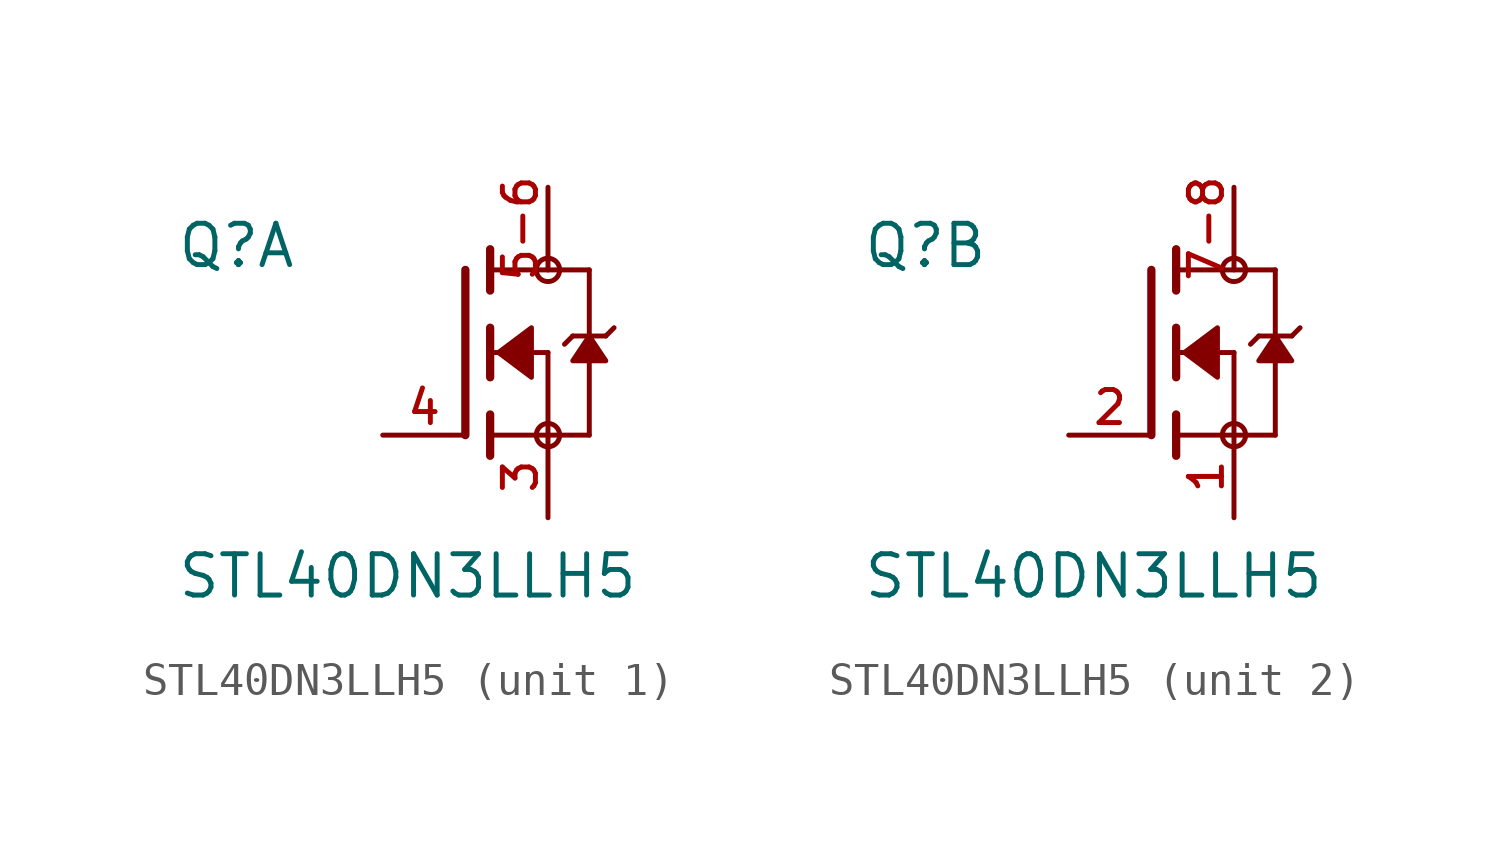
<source format=kicad_sym>
(kicad_symbol_lib
  (version 20211014)
  (generator kicad_symbol_editor)
  (symbol "STL40DN3LLH5"
    (pin_names
      (offset 1.016))
    (property "Reference" "Q"
      (at -8.89 2.54 0)
      (effects (font (size 1.27 1.27)) (justify bottom left)))
    (property "Value" "STL40DN3LLH5"
      (at -8.89 -7.62 0)
      (effects (font (size 1.27 1.27)) (justify bottom left)))
    (symbol "STL40DN3LLH5_1_0"
      (polyline (pts (xy 0.762 0.762) (xy 0.762 0.0)) (stroke (width 0.254)))
      (polyline (pts (xy 0.762 0.0) (xy 0.762 -0.762)) (stroke (width 0.254)))
      (polyline (pts (xy 0.762 3.175) (xy 0.762 2.54)) (stroke (width 0.254)))
      (polyline (pts (xy 0.762 2.54) (xy 0.762 1.905)) (stroke (width 0.254)))
      (polyline (pts (xy 0.762 0.0) (xy 2.54 0.0)) (stroke (width 0.152)))
      (polyline (pts (xy 2.54 0.0) (xy 2.54 -2.54)) (stroke (width 0.152)))
      (polyline (pts (xy 0.762 -1.905) (xy 0.762 -2.54)) (stroke (width 0.254)))
      (polyline (pts (xy 0.762 -2.54) (xy 0.762 -3.175)) (stroke (width 0.254)))
      (polyline (pts (xy 0.0 2.54) (xy 0.0 -2.54)) (stroke (width 0.254)))
      (polyline (pts (xy 2.54 -2.54) (xy 0.762 -2.54)) (stroke (width 0.152)))
      (polyline (pts (xy 3.81 2.54) (xy 3.81 0.508)) (stroke (width 0.152)))
      (polyline (pts (xy 3.81 0.508) (xy 3.81 -2.54)) (stroke (width 0.152)))
      (polyline (pts (xy 2.54 -2.54) (xy 3.81 -2.54)) (stroke (width 0.152)))
      (polyline (pts (xy 0.762 2.54) (xy 3.81 2.54)) (stroke (width 0.152)))
      (polyline (pts (xy 4.572 0.762) (xy 4.318 0.508)) (stroke (width 0.152)))
      (polyline (pts (xy 4.318 0.508) (xy 3.81 0.508)) (stroke (width 0.152)))
      (polyline (pts (xy 3.81 0.508) (xy 3.302 0.508)) (stroke (width 0.152)))
      (polyline (pts (xy 3.302 0.508) (xy 3.048 0.254)) (stroke (width 0.152)))
      (circle (center 2.54 -2.54) (radius 0.359) (stroke (width 0.0)) (fill (type none)))
      (circle (center 2.54 2.54) (radius 0.359) (stroke (width 0.0)) (fill (type none)))
      (polyline (pts (xy 3.81 0.508) (xy 3.302 -0.254) (xy 4.318 -0.254) (xy 3.81 0.508)) (stroke (width 0.152)) (fill (type outline)))
      (polyline (pts (xy 1.016 0.0) (xy 2.032 0.762) (xy 2.032 -0.762) (xy 1.016 0.0)) (stroke (width 0.152)) (fill (type outline)))
      (pin passive line (at 2.54 -5.08 90.0) (length 2.54) (name "~" (effects (font (size 1.016 1.016)))) (number "3" (effects (font (size 1.016 1.016)))))
      (pin passive line (at -2.54 -2.54 0) (length 2.54) (name "~" (effects (font (size 1.016 1.016)))) (number "4" (effects (font (size 1.016 1.016)))))
      (pin passive line (at 2.54 5.08 270.0) (length 2.54) (name "~" (effects (font (size 1.016 1.016)))) (number "5-6" (effects (font (size 1.016 1.016))))))
    (symbol "STL40DN3LLH5_2_0"
      (polyline (pts (xy 0.762 0.762) (xy 0.762 0.0)) (stroke (width 0.254)))
      (polyline (pts (xy 0.762 0.0) (xy 0.762 -0.762)) (stroke (width 0.254)))
      (polyline (pts (xy 0.762 3.175) (xy 0.762 2.54)) (stroke (width 0.254)))
      (polyline (pts (xy 0.762 2.54) (xy 0.762 1.905)) (stroke (width 0.254)))
      (polyline (pts (xy 0.762 0.0) (xy 2.54 0.0)) (stroke (width 0.152)))
      (polyline (pts (xy 2.54 0.0) (xy 2.54 -2.54)) (stroke (width 0.152)))
      (polyline (pts (xy 0.762 -1.905) (xy 0.762 -2.54)) (stroke (width 0.254)))
      (polyline (pts (xy 0.762 -2.54) (xy 0.762 -3.175)) (stroke (width 0.254)))
      (polyline (pts (xy 0.0 2.54) (xy 0.0 -2.54)) (stroke (width 0.254)))
      (polyline (pts (xy 2.54 -2.54) (xy 0.762 -2.54)) (stroke (width 0.152)))
      (polyline (pts (xy 3.81 2.54) (xy 3.81 0.508)) (stroke (width 0.152)))
      (polyline (pts (xy 3.81 0.508) (xy 3.81 -2.54)) (stroke (width 0.152)))
      (polyline (pts (xy 2.54 -2.54) (xy 3.81 -2.54)) (stroke (width 0.152)))
      (polyline (pts (xy 0.762 2.54) (xy 3.81 2.54)) (stroke (width 0.152)))
      (polyline (pts (xy 4.572 0.762) (xy 4.318 0.508)) (stroke (width 0.152)))
      (polyline (pts (xy 4.318 0.508) (xy 3.81 0.508)) (stroke (width 0.152)))
      (polyline (pts (xy 3.81 0.508) (xy 3.302 0.508)) (stroke (width 0.152)))
      (polyline (pts (xy 3.302 0.508) (xy 3.048 0.254)) (stroke (width 0.152)))
      (circle (center 2.54 -2.54) (radius 0.359) (stroke (width 0.0)) (fill (type none)))
      (circle (center 2.54 2.54) (radius 0.359) (stroke (width 0.0)) (fill (type none)))
      (polyline (pts (xy 3.81 0.508) (xy 3.302 -0.254) (xy 4.318 -0.254) (xy 3.81 0.508)) (stroke (width 0.152)) (fill (type outline)))
      (polyline (pts (xy 1.016 0.0) (xy 2.032 0.762) (xy 2.032 -0.762) (xy 1.016 0.0)) (stroke (width 0.152)) (fill (type outline)))
      (pin passive line (at 2.54 -5.08 90.0) (length 2.54) (name "~" (effects (font (size 1.016 1.016)))) (number "1" (effects (font (size 1.016 1.016)))))
      (pin passive line (at -2.54 -2.54 0) (length 2.54) (name "~" (effects (font (size 1.016 1.016)))) (number "2" (effects (font (size 1.016 1.016)))))
      (pin passive line (at 2.54 5.08 270.0) (length 2.54) (name "~" (effects (font (size 1.016 1.016)))) (number "7-8" (effects (font (size 1.016 1.016))))))))
</source>
